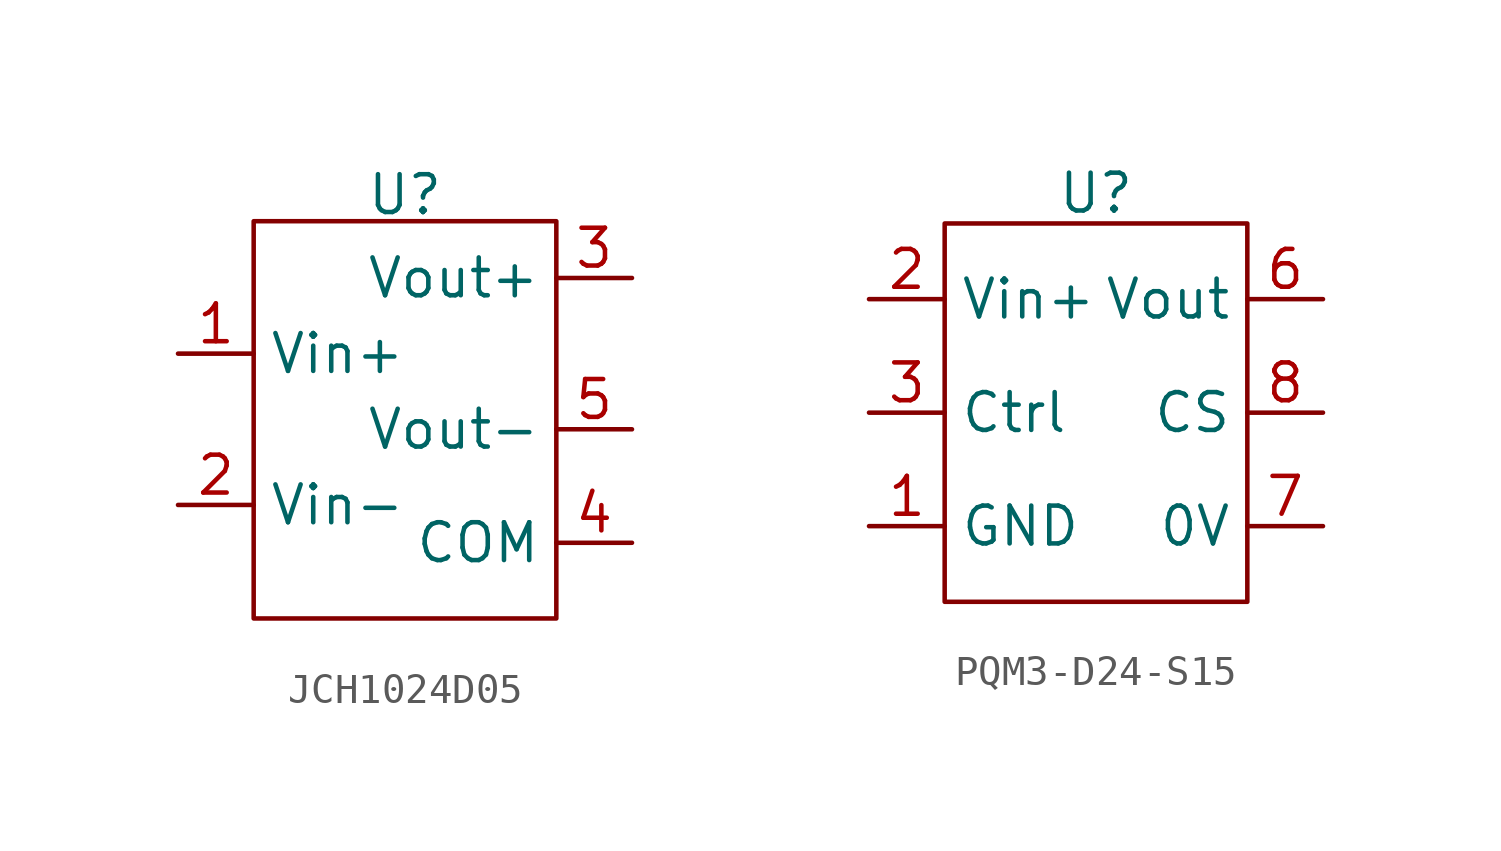
<source format=kicad_sym>
(kicad_symbol_lib
  (version 20231120)
  (generator "kicad_symbol_editor")
  (generator_version "8.0")
  (symbol "JCH1024D05"
    (property "Reference" "U"
      (at 0 4.064 0)
      (effects (font (size 1.27 1.27))))
    (property "Value" ""
      (at 0 0 0)
      (effects (font (size 1.27 1.27))))
    (symbol "JCH1024D05_0_1"
      (rectangle (start -5.08 3.175) (end 5.08 -10.16) (stroke (width 0) (type default)) (fill (type none))))
    (symbol "JCH1024D05_1_1"
      (pin input line (at -7.62 -1.27 0) (length 2.54) (name "Vin+" (effects (font (size 1.27 1.27)))) (number "1" (effects (font (size 1.27 1.27)))))
      (pin input line (at -7.62 -6.35 0) (length 2.54) (name "Vin-" (effects (font (size 1.27 1.27)))) (number "2" (effects (font (size 1.27 1.27)))))
      (pin input line (at 7.62 1.27 180) (length 2.54) (name "Vout+" (effects (font (size 1.27 1.27)))) (number "3" (effects (font (size 1.27 1.27)))))
      (pin input line (at 7.62 -7.62 180) (length 2.54) (name "COM" (effects (font (size 1.27 1.27)))) (number "4" (effects (font (size 1.27 1.27)))))
      (pin input line (at 7.62 -3.81 180) (length 2.54) (name "Vout-" (effects (font (size 1.27 1.27)))) (number "5" (effects (font (size 1.27 1.27)))))))
  (symbol "PQM3-D24-S15"
    (property "Reference" "U"
      (at 0 3.556 0)
      (effects (font (size 1.27 1.27))))
    (property "Value" ""
      (at -2.54 0 0)
      (effects (font (size 1.27 1.27))))
    (symbol "PQM3-D24-S15_0_1"
      (rectangle (start -5.08 2.54) (end 5.08 -10.16) (stroke (width 0) (type default)) (fill (type none))))
    (symbol "PQM3-D24-S15_1_1"
      (pin input line (at -7.62 -7.62 0) (length 2.54) (name "GND" (effects (font (size 1.27 1.27)))) (number "1" (effects (font (size 1.27 1.27)))))
      (pin input line (at -7.62 0 0) (length 2.54) (name "Vin+" (effects (font (size 1.27 1.27)))) (number "2" (effects (font (size 1.27 1.27)))))
      (pin input line (at -7.62 -3.81 0) (length 2.54) (name "Ctrl" (effects (font (size 1.27 1.27)))) (number "3" (effects (font (size 1.27 1.27)))))
      (pin output line (at 7.62 0 180) (length 2.54) (name "Vout" (effects (font (size 1.27 1.27)))) (number "6" (effects (font (size 1.27 1.27)))))
      (pin input line (at 7.62 -7.62 180) (length 2.54) (name "0V" (effects (font (size 1.27 1.27)))) (number "7" (effects (font (size 1.27 1.27)))))
      (pin input line (at 7.62 -3.81 180) (length 2.54) (name "CS" (effects (font (size 1.27 1.27)))) (number "8" (effects (font (size 1.27 1.27))))))))
</source>
